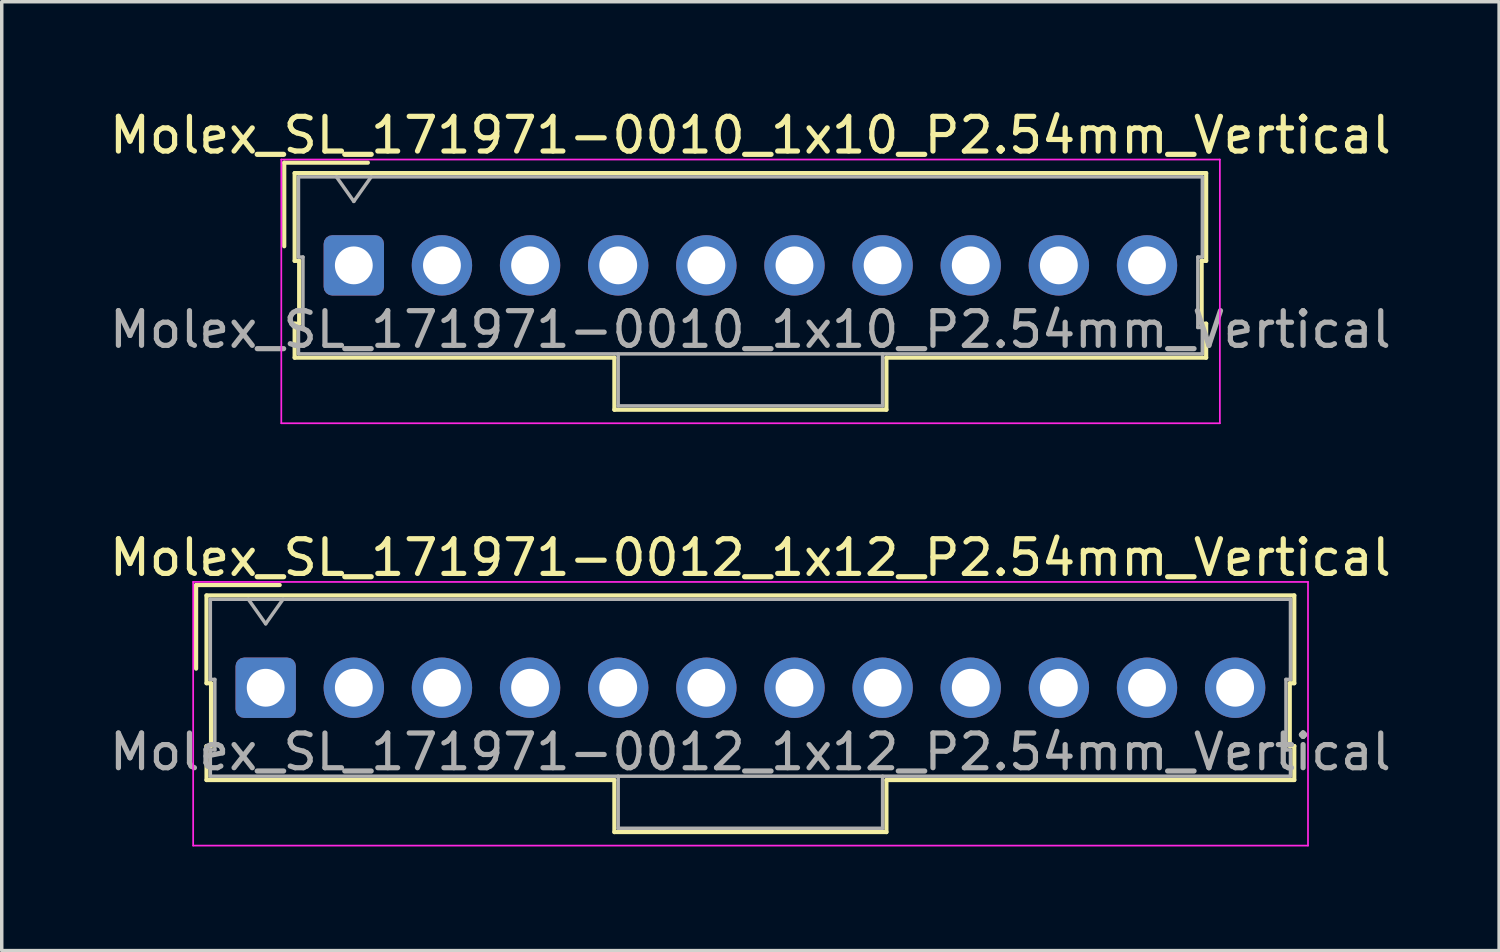
<source format=kicad_pcb>
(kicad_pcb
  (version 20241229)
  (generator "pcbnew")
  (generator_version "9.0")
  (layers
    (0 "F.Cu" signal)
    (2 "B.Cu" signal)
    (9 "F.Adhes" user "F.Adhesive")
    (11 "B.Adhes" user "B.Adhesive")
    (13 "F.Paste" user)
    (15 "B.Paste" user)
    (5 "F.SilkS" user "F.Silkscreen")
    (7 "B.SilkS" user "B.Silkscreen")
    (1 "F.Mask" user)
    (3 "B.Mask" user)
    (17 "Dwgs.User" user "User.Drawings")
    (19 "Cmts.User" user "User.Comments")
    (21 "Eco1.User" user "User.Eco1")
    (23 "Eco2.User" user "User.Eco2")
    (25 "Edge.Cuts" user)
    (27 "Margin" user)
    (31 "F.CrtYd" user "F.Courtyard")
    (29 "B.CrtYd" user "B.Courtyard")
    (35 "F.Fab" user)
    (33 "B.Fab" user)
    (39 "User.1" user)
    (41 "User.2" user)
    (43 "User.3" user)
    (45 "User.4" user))
  (footprint "Molex_SL_171971-0012_1x12_P2.54mm_Vertical"
    (layer "F.Cu")
    (at 4.607 16.771)
    (property "Reference" "Molex_SL_171971-0012_1x12_P2.54mm_Vertical" (at 13.97 -3.75 0) (layer "F.SilkS") (effects (font (size 1 1) (thickness 0.15))))
    (attr through_hole)
    (fp_line (start -2.005 -2.96) (end 0.405 -2.96) (stroke (width 0.12) (type solid)) (layer "F.SilkS"))
    (fp_line (start -2.005 -0.55) (end -2.005 -2.96) (stroke (width 0.12) (type solid)) (layer "F.SilkS"))
    (fp_line (start -1.705 -2.66) (end -1.705 -0.13) (stroke (width 0.12) (type solid)) (layer "F.SilkS"))
    (fp_line (start -1.705 -0.13) (end -1.575 -0.13) (stroke (width 0.12) (type solid)) (layer "F.SilkS"))
    (fp_line (start -1.705 1.68) (end -1.705 2.66) (stroke (width 0.12) (type solid)) (layer "F.SilkS"))
    (fp_line (start -1.705 2.66) (end 10.05 2.66) (stroke (width 0.12) (type solid)) (layer "F.SilkS"))
    (fp_line (start -1.575 -0.13) (end -1.575 1.68) (stroke (width 0.12) (type solid)) (layer "F.SilkS"))
    (fp_line (start -1.575 1.68) (end -1.705 1.68) (stroke (width 0.12) (type solid)) (layer "F.SilkS"))
    (fp_line (start 10.05 2.66) (end 10.05 4.16) (stroke (width 0.12) (type solid)) (layer "F.SilkS"))
    (fp_line (start 10.05 4.16) (end 17.89 4.16) (stroke (width 0.12) (type solid)) (layer "F.SilkS"))
    (fp_line (start 17.89 2.66) (end 29.645 2.66) (stroke (width 0.12) (type solid)) (layer "F.SilkS"))
    (fp_line (start 17.89 4.16) (end 17.89 2.66) (stroke (width 0.12) (type solid)) (layer "F.SilkS"))
    (fp_line (start 29.515 -0.13) (end 29.645 -0.13) (stroke (width 0.12) (type solid)) (layer "F.SilkS"))
    (fp_line (start 29.515 1.68) (end 29.515 -0.13) (stroke (width 0.12) (type solid)) (layer "F.SilkS"))
    (fp_line (start 29.645 -2.66) (end -1.705 -2.66) (stroke (width 0.12) (type solid)) (layer "F.SilkS"))
    (fp_line (start 29.645 -0.13) (end 29.645 -2.66) (stroke (width 0.12) (type solid)) (layer "F.SilkS"))
    (fp_line (start 29.645 1.68) (end 29.515 1.68) (stroke (width 0.12) (type solid)) (layer "F.SilkS"))
    (fp_line (start 29.645 2.66) (end 29.645 1.68) (stroke (width 0.12) (type solid)) (layer "F.SilkS"))
    (fp_line (start -2.09 -3.05) (end -2.09 4.55) (stroke (width 0.05) (type solid)) (layer "F.CrtYd"))
    (fp_line (start -2.09 4.55) (end 30.04 4.55) (stroke (width 0.05) (type solid)) (layer "F.CrtYd"))
    (fp_line (start 30.04 -3.05) (end -2.09 -3.05) (stroke (width 0.05) (type solid)) (layer "F.CrtYd"))
    (fp_line (start 30.04 4.55) (end 30.04 -3.05) (stroke (width 0.05) (type solid)) (layer "F.CrtYd"))
    (fp_line (start -1.595 -2.55) (end -1.595 -0.24) (stroke (width 0.1) (type solid)) (layer "F.Fab"))
    (fp_line (start -1.595 -0.24) (end -1.465 -0.24) (stroke (width 0.1) (type solid)) (layer "F.Fab"))
    (fp_line (start -1.595 1.79) (end -1.595 2.55) (stroke (width 0.1) (type solid)) (layer "F.Fab"))
    (fp_line (start -1.595 2.55) (end 29.535 2.55) (stroke (width 0.1) (type solid)) (layer "F.Fab"))
    (fp_line (start -1.465 -0.24) (end -1.465 1.79) (stroke (width 0.1) (type solid)) (layer "F.Fab"))
    (fp_line (start -1.465 1.79) (end -1.595 1.79) (stroke (width 0.1) (type solid)) (layer "F.Fab"))
    (fp_line (start 0 -1.843) (end -0.5 -2.55) (stroke (width 0.1) (type solid)) (layer "F.Fab"))
    (fp_line (start 0.5 -2.55) (end 0 -1.843) (stroke (width 0.1) (type solid)) (layer "F.Fab"))
    (fp_line (start 10.16 2.55) (end 10.16 4.05) (stroke (width 0.1) (type solid)) (layer "F.Fab"))
    (fp_line (start 10.16 4.05) (end 17.78 4.05) (stroke (width 0.1) (type solid)) (layer "F.Fab"))
    (fp_line (start 17.78 4.05) (end 17.78 2.55) (stroke (width 0.1) (type solid)) (layer "F.Fab"))
    (fp_line (start 29.405 -0.24) (end 29.535 -0.24) (stroke (width 0.1) (type solid)) (layer "F.Fab"))
    (fp_line (start 29.405 1.79) (end 29.405 -0.24) (stroke (width 0.1) (type solid)) (layer "F.Fab"))
    (fp_line (start 29.535 -2.55) (end -1.595 -2.55) (stroke (width 0.1) (type solid)) (layer "F.Fab"))
    (fp_line (start 29.535 -0.24) (end 29.535 -2.55) (stroke (width 0.1) (type solid)) (layer "F.Fab"))
    (fp_line (start 29.535 1.79) (end 29.405 1.79) (stroke (width 0.1) (type solid)) (layer "F.Fab"))
    (fp_line (start 29.535 2.55) (end 29.535 1.79) (stroke (width 0.1) (type solid)) (layer "F.Fab"))
    (fp_text user "${REFERENCE}" (at 13.97 1.85 0) (layer "F.Fab") (effects (font (size 1 1) (thickness 0.15))))
    (pad "1" thru_hole roundrect (at 0 0) (size 1.74 1.74) (drill 1.09) (layers "*.Cu" "*.Mask") (roundrect_rratio 0.144))
    (pad "2" thru_hole circle (at 2.54 0) (size 1.74 1.74) (drill 1.09) (layers "*.Cu" "*.Mask"))
    (pad "3" thru_hole circle (at 5.08 0) (size 1.74 1.74) (drill 1.09) (layers "*.Cu" "*.Mask"))
    (pad "4" thru_hole circle (at 7.62 0) (size 1.74 1.74) (drill 1.09) (layers "*.Cu" "*.Mask"))
    (pad "5" thru_hole circle (at 10.16 0) (size 1.74 1.74) (drill 1.09) (layers "*.Cu" "*.Mask"))
    (pad "6" thru_hole circle (at 12.7 0) (size 1.74 1.74) (drill 1.09) (layers "*.Cu" "*.Mask"))
    (pad "7" thru_hole circle (at 15.24 0) (size 1.74 1.74) (drill 1.09) (layers "*.Cu" "*.Mask"))
    (pad "8" thru_hole circle (at 17.78 0) (size 1.74 1.74) (drill 1.09) (layers "*.Cu" "*.Mask"))
    (pad "9" thru_hole circle (at 20.32 0) (size 1.74 1.74) (drill 1.09) (layers "*.Cu" "*.Mask"))
    (pad "10" thru_hole circle (at 22.86 0) (size 1.74 1.74) (drill 1.09) (layers "*.Cu" "*.Mask"))
    (pad "11" thru_hole circle (at 25.4 0) (size 1.74 1.74) (drill 1.09) (layers "*.Cu" "*.Mask"))
    (pad "12" thru_hole circle (at 27.94 0) (size 1.74 1.74) (drill 1.09) (layers "*.Cu" "*.Mask")))
  (footprint "Molex_SL_171971-0010_1x10_P2.54mm_Vertical"
    (layer "F.Cu")
    (at 7.147 4.598)
    (property "Reference" "Molex_SL_171971-0010_1x10_P2.54mm_Vertical" (at 11.43 -3.75 0) (layer "F.SilkS") (effects (font (size 1 1) (thickness 0.15))))
    (attr through_hole)
    (fp_line (start -2.005 -2.96) (end 0.405 -2.96) (stroke (width 0.12) (type solid)) (layer "F.SilkS"))
    (fp_line (start -2.005 -0.55) (end -2.005 -2.96) (stroke (width 0.12) (type solid)) (layer "F.SilkS"))
    (fp_line (start -1.705 -2.66) (end -1.705 -0.13) (stroke (width 0.12) (type solid)) (layer "F.SilkS"))
    (fp_line (start -1.705 -0.13) (end -1.575 -0.13) (stroke (width 0.12) (type solid)) (layer "F.SilkS"))
    (fp_line (start -1.705 1.68) (end -1.705 2.66) (stroke (width 0.12) (type solid)) (layer "F.SilkS"))
    (fp_line (start -1.705 2.66) (end 7.51 2.66) (stroke (width 0.12) (type solid)) (layer "F.SilkS"))
    (fp_line (start -1.575 -0.13) (end -1.575 1.68) (stroke (width 0.12) (type solid)) (layer "F.SilkS"))
    (fp_line (start -1.575 1.68) (end -1.705 1.68) (stroke (width 0.12) (type solid)) (layer "F.SilkS"))
    (fp_line (start 7.51 2.66) (end 7.51 4.16) (stroke (width 0.12) (type solid)) (layer "F.SilkS"))
    (fp_line (start 7.51 4.16) (end 15.35 4.16) (stroke (width 0.12) (type solid)) (layer "F.SilkS"))
    (fp_line (start 15.35 2.66) (end 24.565 2.66) (stroke (width 0.12) (type solid)) (layer "F.SilkS"))
    (fp_line (start 15.35 4.16) (end 15.35 2.66) (stroke (width 0.12) (type solid)) (layer "F.SilkS"))
    (fp_line (start 24.435 -0.13) (end 24.565 -0.13) (stroke (width 0.12) (type solid)) (layer "F.SilkS"))
    (fp_line (start 24.435 1.68) (end 24.435 -0.13) (stroke (width 0.12) (type solid)) (layer "F.SilkS"))
    (fp_line (start 24.565 -2.66) (end -1.705 -2.66) (stroke (width 0.12) (type solid)) (layer "F.SilkS"))
    (fp_line (start 24.565 -0.13) (end 24.565 -2.66) (stroke (width 0.12) (type solid)) (layer "F.SilkS"))
    (fp_line (start 24.565 1.68) (end 24.435 1.68) (stroke (width 0.12) (type solid)) (layer "F.SilkS"))
    (fp_line (start 24.565 2.66) (end 24.565 1.68) (stroke (width 0.12) (type solid)) (layer "F.SilkS"))
    (fp_line (start -2.09 -3.05) (end -2.09 4.55) (stroke (width 0.05) (type solid)) (layer "F.CrtYd"))
    (fp_line (start -2.09 4.55) (end 24.96 4.55) (stroke (width 0.05) (type solid)) (layer "F.CrtYd"))
    (fp_line (start 24.96 -3.05) (end -2.09 -3.05) (stroke (width 0.05) (type solid)) (layer "F.CrtYd"))
    (fp_line (start 24.96 4.55) (end 24.96 -3.05) (stroke (width 0.05) (type solid)) (layer "F.CrtYd"))
    (fp_line (start -1.595 -2.55) (end -1.595 -0.24) (stroke (width 0.1) (type solid)) (layer "F.Fab"))
    (fp_line (start -1.595 -0.24) (end -1.465 -0.24) (stroke (width 0.1) (type solid)) (layer "F.Fab"))
    (fp_line (start -1.595 1.79) (end -1.595 2.55) (stroke (width 0.1) (type solid)) (layer "F.Fab"))
    (fp_line (start -1.595 2.55) (end 24.455 2.55) (stroke (width 0.1) (type solid)) (layer "F.Fab"))
    (fp_line (start -1.465 -0.24) (end -1.465 1.79) (stroke (width 0.1) (type solid)) (layer "F.Fab"))
    (fp_line (start -1.465 1.79) (end -1.595 1.79) (stroke (width 0.1) (type solid)) (layer "F.Fab"))
    (fp_line (start 0 -1.843) (end -0.5 -2.55) (stroke (width 0.1) (type solid)) (layer "F.Fab"))
    (fp_line (start 0.5 -2.55) (end 0 -1.843) (stroke (width 0.1) (type solid)) (layer "F.Fab"))
    (fp_line (start 7.62 2.55) (end 7.62 4.05) (stroke (width 0.1) (type solid)) (layer "F.Fab"))
    (fp_line (start 7.62 4.05) (end 15.24 4.05) (stroke (width 0.1) (type solid)) (layer "F.Fab"))
    (fp_line (start 15.24 4.05) (end 15.24 2.55) (stroke (width 0.1) (type solid)) (layer "F.Fab"))
    (fp_line (start 24.325 -0.24) (end 24.455 -0.24) (stroke (width 0.1) (type solid)) (layer "F.Fab"))
    (fp_line (start 24.325 1.79) (end 24.325 -0.24) (stroke (width 0.1) (type solid)) (layer "F.Fab"))
    (fp_line (start 24.455 -2.55) (end -1.595 -2.55) (stroke (width 0.1) (type solid)) (layer "F.Fab"))
    (fp_line (start 24.455 -0.24) (end 24.455 -2.55) (stroke (width 0.1) (type solid)) (layer "F.Fab"))
    (fp_line (start 24.455 1.79) (end 24.325 1.79) (stroke (width 0.1) (type solid)) (layer "F.Fab"))
    (fp_line (start 24.455 2.55) (end 24.455 1.79) (stroke (width 0.1) (type solid)) (layer "F.Fab"))
    (fp_text user "${REFERENCE}" (at 11.43 1.85 0) (layer "F.Fab") (effects (font (size 1 1) (thickness 0.15))))
    (pad "1" thru_hole roundrect (at 0 0) (size 1.74 1.74) (drill 1.09) (layers "*.Cu" "*.Mask") (roundrect_rratio 0.144))
    (pad "2" thru_hole circle (at 2.54 0) (size 1.74 1.74) (drill 1.09) (layers "*.Cu" "*.Mask"))
    (pad "3" thru_hole circle (at 5.08 0) (size 1.74 1.74) (drill 1.09) (layers "*.Cu" "*.Mask"))
    (pad "4" thru_hole circle (at 7.62 0) (size 1.74 1.74) (drill 1.09) (layers "*.Cu" "*.Mask"))
    (pad "5" thru_hole circle (at 10.16 0) (size 1.74 1.74) (drill 1.09) (layers "*.Cu" "*.Mask"))
    (pad "6" thru_hole circle (at 12.7 0) (size 1.74 1.74) (drill 1.09) (layers "*.Cu" "*.Mask"))
    (pad "7" thru_hole circle (at 15.24 0) (size 1.74 1.74) (drill 1.09) (layers "*.Cu" "*.Mask"))
    (pad "8" thru_hole circle (at 17.78 0) (size 1.74 1.74) (drill 1.09) (layers "*.Cu" "*.Mask"))
    (pad "9" thru_hole circle (at 20.32 0) (size 1.74 1.74) (drill 1.09) (layers "*.Cu" "*.Mask"))
    (pad "10" thru_hole circle (at 22.86 0) (size 1.74 1.74) (drill 1.09) (layers "*.Cu" "*.Mask")))
  (gr_rect
    (start -3 -3)
    (end 40.155 24.346)
    (stroke (width 0.1) (type default))
    (fill no)
    (layer "Edge.Cuts")))
</source>
